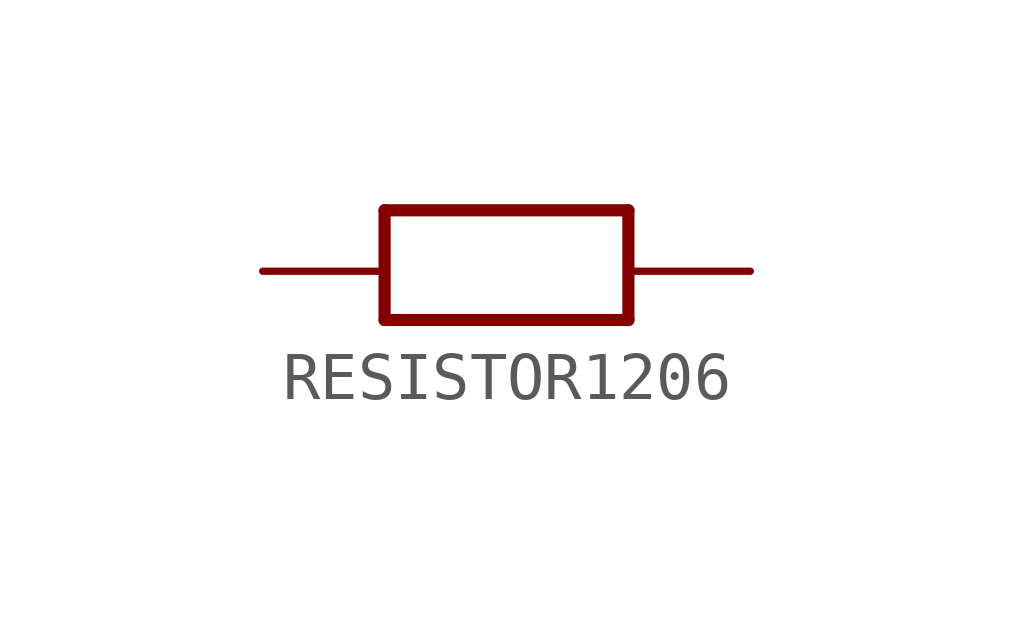
<source format=kicad_sym>
(kicad_symbol_lib
  (version 20231120)
  (generator "kicad_symbol_editor")
  (generator_version "8.0")
  (symbol "RESISTOR1206"
    (property "Reference" ""
      (at 4.064 1.905 0)
      (effects (font (size 1.27 1.079)) (justify left bottom) (hide yes)))
    (property "Value" ""
      (at 4.064 -0.381 0)
      (effects (font (size 1.27 1.079)) (justify left bottom)))
    (property "ki_locked" ""
      (at 0 0 0)
      (effects (font (size 1.27 1.27))))
    (symbol "RESISTOR1206_1_0"
      (polyline (pts (xy 2.54 -1.016) (xy 7.62 -1.016)) (stroke (width 0.254) (type solid)) (fill (type none)))
      (polyline (pts (xy 2.54 1.27) (xy 2.54 -1.016)) (stroke (width 0.254) (type solid)) (fill (type none)))
      (polyline (pts (xy 7.62 -1.016) (xy 7.62 1.27)) (stroke (width 0.254) (type solid)) (fill (type none)))
      (polyline (pts (xy 7.62 1.27) (xy 2.54 1.27)) (stroke (width 0.254) (type solid)) (fill (type none)))
      (pin bidirectional line (at 0 0 0) (length 2.54) (name "P$1" (effects (font (size 0 0)))) (number "P$1" (effects (font (size 0 0)))))
      (pin bidirectional line (at 10.16 0 180) (length 2.54) (name "P$2" (effects (font (size 0 0)))) (number "P$2" (effects (font (size 0 0))))))))
</source>
